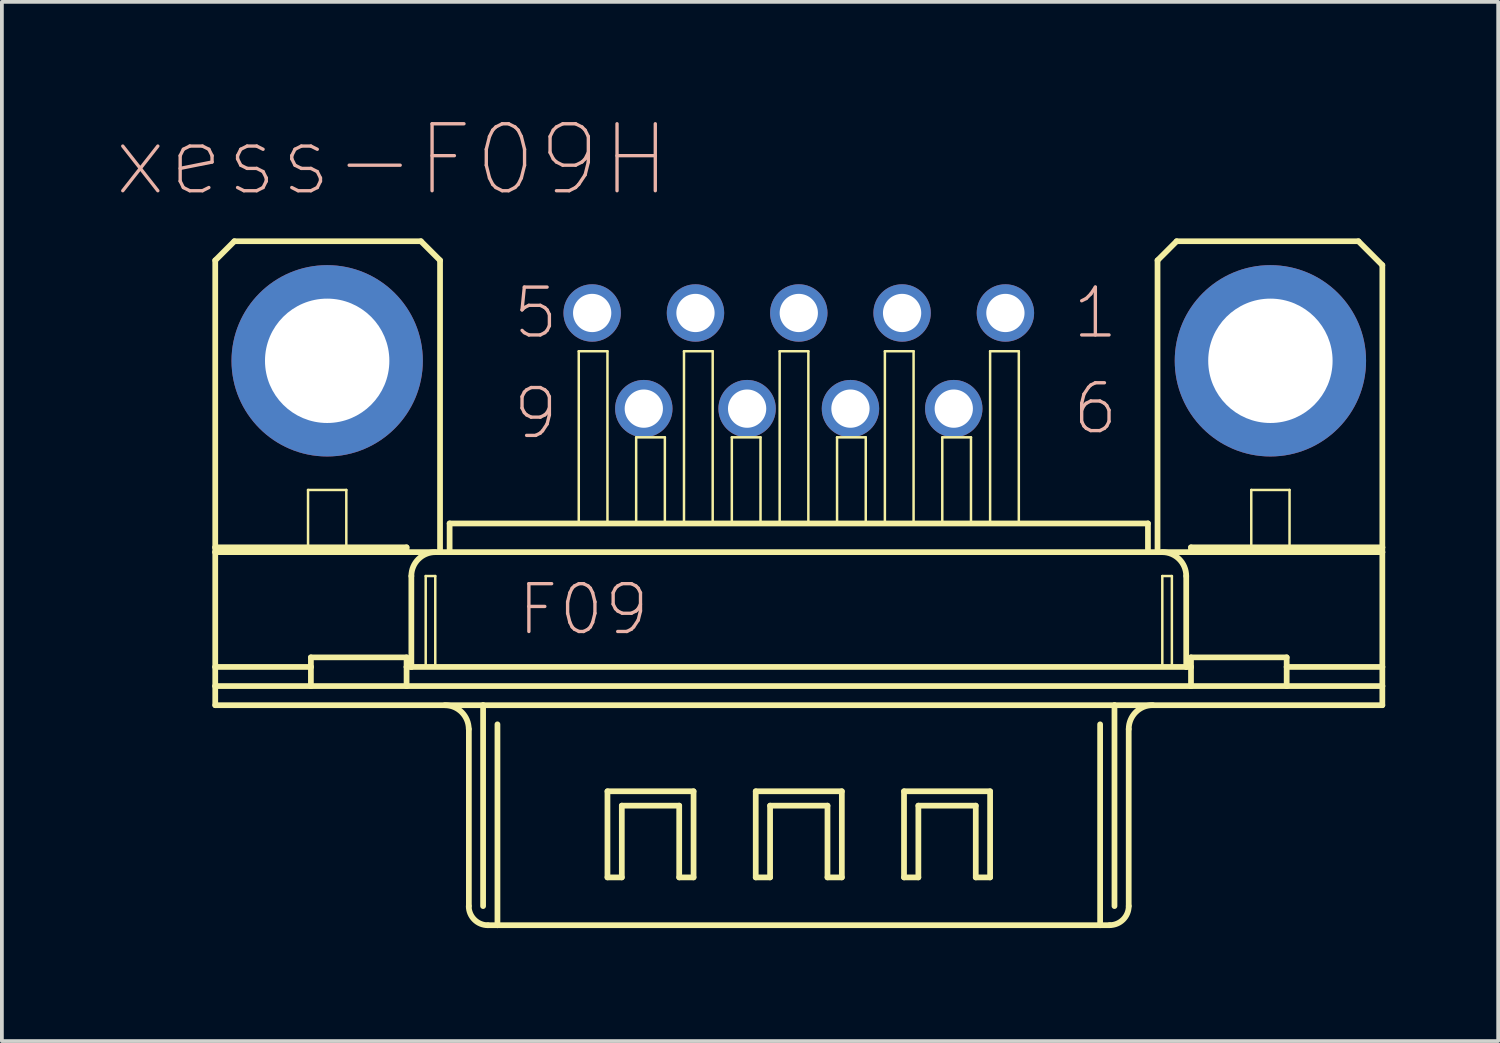
<source format=kicad_pcb>
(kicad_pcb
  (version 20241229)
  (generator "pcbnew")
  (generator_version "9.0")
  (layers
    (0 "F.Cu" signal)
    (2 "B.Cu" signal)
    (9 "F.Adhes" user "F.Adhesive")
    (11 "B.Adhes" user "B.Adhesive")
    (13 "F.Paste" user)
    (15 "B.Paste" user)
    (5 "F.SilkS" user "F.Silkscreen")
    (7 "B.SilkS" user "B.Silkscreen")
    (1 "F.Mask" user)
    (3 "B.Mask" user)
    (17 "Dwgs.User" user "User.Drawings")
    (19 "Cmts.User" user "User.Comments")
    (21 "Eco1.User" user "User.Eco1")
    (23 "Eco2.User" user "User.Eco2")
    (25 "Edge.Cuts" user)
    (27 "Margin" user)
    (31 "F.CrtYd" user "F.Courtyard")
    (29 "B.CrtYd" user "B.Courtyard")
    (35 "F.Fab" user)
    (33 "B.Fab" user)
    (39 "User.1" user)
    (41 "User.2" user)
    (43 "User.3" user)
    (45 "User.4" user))
  (footprint "xess-F09H"
    (layer "F.Cu")
    (at 18.159 14.15)
    (property "Reference" "xess-F09H" (at -10.795 -12.954 0) (layer "B.SilkS") (effects (font (size 1.778 1.778) (thickness 0.089))))
    (attr exclude_from_pos_files exclude_from_bom)
    (fp_line (start -15.494 -10.287) (end -15.494 -2.667) (stroke (width 0.152) (type solid)) (layer "F.SilkS"))
    (fp_line (start -15.494 -2.54) (end -15.494 -2.667) (stroke (width 0.152) (type solid)) (layer "F.SilkS"))
    (fp_line (start -15.494 0.508) (end -15.494 -2.54) (stroke (width 0.152) (type solid)) (layer "F.SilkS"))
    (fp_line (start -15.494 1.016) (end -15.494 0.508) (stroke (width 0.152) (type solid)) (layer "F.SilkS"))
    (fp_line (start -15.494 1.016) (end 15.494 1.016) (stroke (width 0.066) (type solid)) (layer "F.SilkS"))
    (fp_line (start -15.494 1.524) (end -15.494 1.016) (stroke (width 0.066) (type solid)) (layer "F.SilkS"))
    (fp_line (start -15.494 1.524) (end -15.494 1.016) (stroke (width 0.152) (type solid)) (layer "F.SilkS"))
    (fp_line (start -15.494 1.524) (end 15.494 1.524) (stroke (width 0.066) (type solid)) (layer "F.SilkS"))
    (fp_line (start -14.986 -10.795) (end -15.494 -10.287) (stroke (width 0.152) (type solid)) (layer "F.SilkS"))
    (fp_line (start -13.03 -4.191) (end -12.014 -4.191) (stroke (width 0.066) (type solid)) (layer "F.SilkS"))
    (fp_line (start -13.03 -2.54) (end -13.03 -4.191) (stroke (width 0.066) (type solid)) (layer "F.SilkS"))
    (fp_line (start -13.03 -2.54) (end -12.014 -2.54) (stroke (width 0.066) (type solid)) (layer "F.SilkS"))
    (fp_line (start -12.954 0.508) (end -15.494 0.508) (stroke (width 0.152) (type solid)) (layer "F.SilkS"))
    (fp_line (start -12.954 0.508) (end -12.954 0.254) (stroke (width 0.152) (type solid)) (layer "F.SilkS"))
    (fp_line (start -12.954 0.508) (end -12.954 1.016) (stroke (width 0.152) (type solid)) (layer "F.SilkS"))
    (fp_line (start -12.954 1.016) (end -15.494 1.016) (stroke (width 0.152) (type solid)) (layer "F.SilkS"))
    (fp_line (start -12.014 -2.54) (end -12.014 -4.191) (stroke (width 0.066) (type solid)) (layer "F.SilkS"))
    (fp_line (start -10.414 -2.667) (end -15.494 -2.667) (stroke (width 0.152) (type solid)) (layer "F.SilkS"))
    (fp_line (start -10.414 -2.667) (end -10.414 -2.54) (stroke (width 0.152) (type solid)) (layer "F.SilkS"))
    (fp_line (start -10.414 -2.54) (end -15.494 -2.54) (stroke (width 0.152) (type solid)) (layer "F.SilkS"))
    (fp_line (start -10.414 0.254) (end -12.954 0.254) (stroke (width 0.152) (type solid)) (layer "F.SilkS"))
    (fp_line (start -10.414 0.254) (end -10.414 0.508) (stroke (width 0.152) (type solid)) (layer "F.SilkS"))
    (fp_line (start -10.414 0.508) (end -10.414 1.016) (stroke (width 0.152) (type solid)) (layer "F.SilkS"))
    (fp_line (start -10.414 1.016) (end -12.954 1.016) (stroke (width 0.152) (type solid)) (layer "F.SilkS"))
    (fp_line (start -10.287 -1.905) (end -10.287 0.508) (stroke (width 0.152) (type solid)) (layer "F.SilkS"))
    (fp_line (start -10.287 0.508) (end -10.414 0.508) (stroke (width 0.152) (type solid)) (layer "F.SilkS"))
    (fp_line (start -10.033 -10.795) (end -14.986 -10.795) (stroke (width 0.152) (type solid)) (layer "F.SilkS"))
    (fp_line (start -9.906 -1.905) (end -9.652 -1.905) (stroke (width 0.066) (type solid)) (layer "F.SilkS"))
    (fp_line (start -9.906 0.508) (end -9.906 -1.905) (stroke (width 0.066) (type solid)) (layer "F.SilkS"))
    (fp_line (start -9.906 0.508) (end -9.652 0.508) (stroke (width 0.066) (type solid)) (layer "F.SilkS"))
    (fp_line (start -9.652 0.508) (end -9.652 -1.905) (stroke (width 0.066) (type solid)) (layer "F.SilkS"))
    (fp_line (start -9.525 -10.287) (end -10.033 -10.795) (stroke (width 0.152) (type solid)) (layer "F.SilkS"))
    (fp_line (start -9.525 -10.287) (end -9.525 -2.54) (stroke (width 0.152) (type solid)) (layer "F.SilkS"))
    (fp_line (start -9.525 -2.54) (end -10.414 -2.54) (stroke (width 0.152) (type solid)) (layer "F.SilkS"))
    (fp_line (start -9.271 -3.302) (end 9.271 -3.302) (stroke (width 0.066) (type solid)) (layer "F.SilkS"))
    (fp_line (start -9.271 -2.54) (end -9.525 -2.54) (stroke (width 0.152) (type solid)) (layer "F.SilkS"))
    (fp_line (start -9.271 -2.54) (end -9.271 -3.302) (stroke (width 0.066) (type solid)) (layer "F.SilkS"))
    (fp_line (start -9.271 -2.54) (end -9.271 -3.302) (stroke (width 0.152) (type solid)) (layer "F.SilkS"))
    (fp_line (start -9.271 -2.54) (end 9.271 -2.54) (stroke (width 0.066) (type solid)) (layer "F.SilkS"))
    (fp_line (start -8.76 2.159) (end -8.76 6.858) (stroke (width 0.152) (type solid)) (layer "F.SilkS"))
    (fp_line (start -8.382 1.524) (end -15.494 1.524) (stroke (width 0.152) (type solid)) (layer "F.SilkS"))
    (fp_line (start -8.382 1.524) (end -8.382 6.858) (stroke (width 0.152) (type solid)) (layer "F.SilkS"))
    (fp_line (start -8.001 2.032) (end -8.001 7.366) (stroke (width 0.152) (type solid)) (layer "F.SilkS"))
    (fp_line (start -8.001 7.366) (end -8.255 7.366) (stroke (width 0.152) (type solid)) (layer "F.SilkS"))
    (fp_line (start -5.842 -7.874) (end -5.08 -7.874) (stroke (width 0.066) (type solid)) (layer "F.SilkS"))
    (fp_line (start -5.842 -3.302) (end -5.842 -7.874) (stroke (width 0.066) (type solid)) (layer "F.SilkS"))
    (fp_line (start -5.842 -3.302) (end -5.08 -3.302) (stroke (width 0.066) (type solid)) (layer "F.SilkS"))
    (fp_line (start -5.08 -3.302) (end -5.08 -7.874) (stroke (width 0.066) (type solid)) (layer "F.SilkS"))
    (fp_line (start -5.08 3.81) (end -2.794 3.81) (stroke (width 0.152) (type solid)) (layer "F.SilkS"))
    (fp_line (start -5.08 6.096) (end -5.08 3.81) (stroke (width 0.152) (type solid)) (layer "F.SilkS"))
    (fp_line (start -4.699 4.191) (end -4.699 6.096) (stroke (width 0.152) (type solid)) (layer "F.SilkS"))
    (fp_line (start -4.699 6.096) (end -5.08 6.096) (stroke (width 0.152) (type solid)) (layer "F.SilkS"))
    (fp_line (start -4.318 -5.588) (end -3.556 -5.588) (stroke (width 0.066) (type solid)) (layer "F.SilkS"))
    (fp_line (start -4.318 -3.302) (end -4.318 -5.588) (stroke (width 0.066) (type solid)) (layer "F.SilkS"))
    (fp_line (start -4.318 -3.302) (end -3.556 -3.302) (stroke (width 0.066) (type solid)) (layer "F.SilkS"))
    (fp_line (start -3.556 -3.302) (end -3.556 -5.588) (stroke (width 0.066) (type solid)) (layer "F.SilkS"))
    (fp_line (start -3.175 4.191) (end -4.699 4.191) (stroke (width 0.152) (type solid)) (layer "F.SilkS"))
    (fp_line (start -3.175 6.096) (end -3.175 4.191) (stroke (width 0.152) (type solid)) (layer "F.SilkS"))
    (fp_line (start -3.048 -7.874) (end -2.286 -7.874) (stroke (width 0.066) (type solid)) (layer "F.SilkS"))
    (fp_line (start -3.048 -3.302) (end -3.048 -7.874) (stroke (width 0.066) (type solid)) (layer "F.SilkS"))
    (fp_line (start -3.048 -3.302) (end -2.286 -3.302) (stroke (width 0.066) (type solid)) (layer "F.SilkS"))
    (fp_line (start -2.794 3.81) (end -2.794 6.096) (stroke (width 0.152) (type solid)) (layer "F.SilkS"))
    (fp_line (start -2.794 6.096) (end -3.175 6.096) (stroke (width 0.152) (type solid)) (layer "F.SilkS"))
    (fp_line (start -2.286 -3.302) (end -2.286 -7.874) (stroke (width 0.066) (type solid)) (layer "F.SilkS"))
    (fp_line (start -1.778 -5.588) (end -1.016 -5.588) (stroke (width 0.066) (type solid)) (layer "F.SilkS"))
    (fp_line (start -1.778 -3.302) (end -1.778 -5.588) (stroke (width 0.066) (type solid)) (layer "F.SilkS"))
    (fp_line (start -1.778 -3.302) (end -1.016 -3.302) (stroke (width 0.066) (type solid)) (layer "F.SilkS"))
    (fp_line (start -1.143 3.81) (end 1.143 3.81) (stroke (width 0.152) (type solid)) (layer "F.SilkS"))
    (fp_line (start -1.143 6.096) (end -1.143 3.81) (stroke (width 0.152) (type solid)) (layer "F.SilkS"))
    (fp_line (start -1.016 -3.302) (end -1.016 -5.588) (stroke (width 0.066) (type solid)) (layer "F.SilkS"))
    (fp_line (start -0.762 4.191) (end -0.762 6.096) (stroke (width 0.152) (type solid)) (layer "F.SilkS"))
    (fp_line (start -0.762 6.096) (end -1.143 6.096) (stroke (width 0.152) (type solid)) (layer "F.SilkS"))
    (fp_line (start -0.508 -7.874) (end 0.254 -7.874) (stroke (width 0.066) (type solid)) (layer "F.SilkS"))
    (fp_line (start -0.508 -3.302) (end -0.508 -7.874) (stroke (width 0.066) (type solid)) (layer "F.SilkS"))
    (fp_line (start -0.508 -3.302) (end 0.254 -3.302) (stroke (width 0.066) (type solid)) (layer "F.SilkS"))
    (fp_line (start 0.254 -3.302) (end 0.254 -7.874) (stroke (width 0.066) (type solid)) (layer "F.SilkS"))
    (fp_line (start 0.762 4.191) (end -0.762 4.191) (stroke (width 0.152) (type solid)) (layer "F.SilkS"))
    (fp_line (start 0.762 6.096) (end 0.762 4.191) (stroke (width 0.152) (type solid)) (layer "F.SilkS"))
    (fp_line (start 1.016 -5.588) (end 1.778 -5.588) (stroke (width 0.066) (type solid)) (layer "F.SilkS"))
    (fp_line (start 1.016 -3.302) (end 1.016 -5.588) (stroke (width 0.066) (type solid)) (layer "F.SilkS"))
    (fp_line (start 1.016 -3.302) (end 1.778 -3.302) (stroke (width 0.066) (type solid)) (layer "F.SilkS"))
    (fp_line (start 1.143 3.81) (end 1.143 6.096) (stroke (width 0.152) (type solid)) (layer "F.SilkS"))
    (fp_line (start 1.143 6.096) (end 0.762 6.096) (stroke (width 0.152) (type solid)) (layer "F.SilkS"))
    (fp_line (start 1.778 -3.302) (end 1.778 -5.588) (stroke (width 0.066) (type solid)) (layer "F.SilkS"))
    (fp_line (start 2.286 -7.874) (end 3.048 -7.874) (stroke (width 0.066) (type solid)) (layer "F.SilkS"))
    (fp_line (start 2.286 -3.302) (end 2.286 -7.874) (stroke (width 0.066) (type solid)) (layer "F.SilkS"))
    (fp_line (start 2.286 -3.302) (end 3.048 -3.302) (stroke (width 0.066) (type solid)) (layer "F.SilkS"))
    (fp_line (start 2.794 3.81) (end 5.08 3.81) (stroke (width 0.152) (type solid)) (layer "F.SilkS"))
    (fp_line (start 2.794 6.096) (end 2.794 3.81) (stroke (width 0.152) (type solid)) (layer "F.SilkS"))
    (fp_line (start 3.048 -3.302) (end 3.048 -7.874) (stroke (width 0.066) (type solid)) (layer "F.SilkS"))
    (fp_line (start 3.175 4.191) (end 3.175 6.096) (stroke (width 0.152) (type solid)) (layer "F.SilkS"))
    (fp_line (start 3.175 6.096) (end 2.794 6.096) (stroke (width 0.152) (type solid)) (layer "F.SilkS"))
    (fp_line (start 3.81 -5.588) (end 4.572 -5.588) (stroke (width 0.066) (type solid)) (layer "F.SilkS"))
    (fp_line (start 3.81 -3.302) (end 3.81 -5.588) (stroke (width 0.066) (type solid)) (layer "F.SilkS"))
    (fp_line (start 3.81 -3.302) (end 4.572 -3.302) (stroke (width 0.066) (type solid)) (layer "F.SilkS"))
    (fp_line (start 4.572 -3.302) (end 4.572 -5.588) (stroke (width 0.066) (type solid)) (layer "F.SilkS"))
    (fp_line (start 4.699 4.191) (end 3.175 4.191) (stroke (width 0.152) (type solid)) (layer "F.SilkS"))
    (fp_line (start 4.699 6.096) (end 4.699 4.191) (stroke (width 0.152) (type solid)) (layer "F.SilkS"))
    (fp_line (start 5.08 -7.874) (end 5.842 -7.874) (stroke (width 0.066) (type solid)) (layer "F.SilkS"))
    (fp_line (start 5.08 -3.302) (end 5.08 -7.874) (stroke (width 0.066) (type solid)) (layer "F.SilkS"))
    (fp_line (start 5.08 -3.302) (end 5.842 -3.302) (stroke (width 0.066) (type solid)) (layer "F.SilkS"))
    (fp_line (start 5.08 3.81) (end 5.08 6.096) (stroke (width 0.152) (type solid)) (layer "F.SilkS"))
    (fp_line (start 5.08 6.096) (end 4.699 6.096) (stroke (width 0.152) (type solid)) (layer "F.SilkS"))
    (fp_line (start 5.842 -3.302) (end 5.842 -7.874) (stroke (width 0.066) (type solid)) (layer "F.SilkS"))
    (fp_line (start 8.001 2.032) (end 8.001 7.366) (stroke (width 0.152) (type solid)) (layer "F.SilkS"))
    (fp_line (start 8.001 7.366) (end -8.001 7.366) (stroke (width 0.152) (type solid)) (layer "F.SilkS"))
    (fp_line (start 8.255 7.366) (end 8.001 7.366) (stroke (width 0.152) (type solid)) (layer "F.SilkS"))
    (fp_line (start 8.382 1.524) (end -8.382 1.524) (stroke (width 0.152) (type solid)) (layer "F.SilkS"))
    (fp_line (start 8.382 1.524) (end 8.382 6.858) (stroke (width 0.152) (type solid)) (layer "F.SilkS"))
    (fp_line (start 8.76 2.159) (end 8.76 6.858) (stroke (width 0.152) (type solid)) (layer "F.SilkS"))
    (fp_line (start 9.271 -3.302) (end -9.271 -3.302) (stroke (width 0.152) (type solid)) (layer "F.SilkS"))
    (fp_line (start 9.271 -2.54) (end -9.271 -2.54) (stroke (width 0.152) (type solid)) (layer "F.SilkS"))
    (fp_line (start 9.271 -2.54) (end 9.271 -3.302) (stroke (width 0.066) (type solid)) (layer "F.SilkS"))
    (fp_line (start 9.271 -2.54) (end 9.271 -3.302) (stroke (width 0.152) (type solid)) (layer "F.SilkS"))
    (fp_line (start 9.525 -10.287) (end 9.525 -2.54) (stroke (width 0.152) (type solid)) (layer "F.SilkS"))
    (fp_line (start 9.525 -2.54) (end 9.271 -2.54) (stroke (width 0.152) (type solid)) (layer "F.SilkS"))
    (fp_line (start 9.652 -1.905) (end 9.906 -1.905) (stroke (width 0.066) (type solid)) (layer "F.SilkS"))
    (fp_line (start 9.652 0.508) (end 9.652 -1.905) (stroke (width 0.066) (type solid)) (layer "F.SilkS"))
    (fp_line (start 9.652 0.508) (end 9.906 0.508) (stroke (width 0.066) (type solid)) (layer "F.SilkS"))
    (fp_line (start 9.906 0.508) (end 9.906 -1.905) (stroke (width 0.066) (type solid)) (layer "F.SilkS"))
    (fp_line (start 10.033 -10.795) (end 9.525 -10.287) (stroke (width 0.152) (type solid)) (layer "F.SilkS"))
    (fp_line (start 10.033 -10.795) (end 14.859 -10.795) (stroke (width 0.152) (type solid)) (layer "F.SilkS"))
    (fp_line (start 10.287 -1.905) (end 10.287 0.508) (stroke (width 0.152) (type solid)) (layer "F.SilkS"))
    (fp_line (start 10.287 0.508) (end -10.287 0.508) (stroke (width 0.152) (type solid)) (layer "F.SilkS"))
    (fp_line (start 10.414 -2.667) (end 10.414 -2.54) (stroke (width 0.152) (type solid)) (layer "F.SilkS"))
    (fp_line (start 10.414 -2.54) (end 9.525 -2.54) (stroke (width 0.152) (type solid)) (layer "F.SilkS"))
    (fp_line (start 10.414 0.254) (end 10.414 0.508) (stroke (width 0.152) (type solid)) (layer "F.SilkS"))
    (fp_line (start 10.414 0.508) (end 10.287 0.508) (stroke (width 0.152) (type solid)) (layer "F.SilkS"))
    (fp_line (start 10.414 0.508) (end 10.414 1.016) (stroke (width 0.152) (type solid)) (layer "F.SilkS"))
    (fp_line (start 10.414 1.016) (end -10.414 1.016) (stroke (width 0.152) (type solid)) (layer "F.SilkS"))
    (fp_line (start 12.014 -4.191) (end 13.03 -4.191) (stroke (width 0.066) (type solid)) (layer "F.SilkS"))
    (fp_line (start 12.014 -2.54) (end 12.014 -4.191) (stroke (width 0.066) (type solid)) (layer "F.SilkS"))
    (fp_line (start 12.014 -2.54) (end 13.03 -2.54) (stroke (width 0.066) (type solid)) (layer "F.SilkS"))
    (fp_line (start 12.954 0.254) (end 10.414 0.254) (stroke (width 0.152) (type solid)) (layer "F.SilkS"))
    (fp_line (start 12.954 0.508) (end 12.954 0.254) (stroke (width 0.152) (type solid)) (layer "F.SilkS"))
    (fp_line (start 12.954 0.508) (end 12.954 1.016) (stroke (width 0.152) (type solid)) (layer "F.SilkS"))
    (fp_line (start 12.954 1.016) (end 10.414 1.016) (stroke (width 0.152) (type solid)) (layer "F.SilkS"))
    (fp_line (start 13.03 -2.54) (end 13.03 -4.191) (stroke (width 0.066) (type solid)) (layer "F.SilkS"))
    (fp_line (start 14.859 -10.795) (end 15.494 -10.16) (stroke (width 0.152) (type solid)) (layer "F.SilkS"))
    (fp_line (start 15.494 -10.16) (end 15.494 -2.667) (stroke (width 0.152) (type solid)) (layer "F.SilkS"))
    (fp_line (start 15.494 -2.667) (end 10.414 -2.667) (stroke (width 0.152) (type solid)) (layer "F.SilkS"))
    (fp_line (start 15.494 -2.54) (end 10.414 -2.54) (stroke (width 0.152) (type solid)) (layer "F.SilkS"))
    (fp_line (start 15.494 -2.54) (end 15.494 -2.667) (stroke (width 0.152) (type solid)) (layer "F.SilkS"))
    (fp_line (start 15.494 -2.54) (end 15.494 0.508) (stroke (width 0.152) (type solid)) (layer "F.SilkS"))
    (fp_line (start 15.494 0.508) (end 12.954 0.508) (stroke (width 0.152) (type solid)) (layer "F.SilkS"))
    (fp_line (start 15.494 0.508) (end 15.494 1.016) (stroke (width 0.152) (type solid)) (layer "F.SilkS"))
    (fp_line (start 15.494 1.016) (end 12.954 1.016) (stroke (width 0.152) (type solid)) (layer "F.SilkS"))
    (fp_line (start 15.494 1.016) (end 15.494 1.524) (stroke (width 0.152) (type solid)) (layer "F.SilkS"))
    (fp_line (start 15.494 1.524) (end 8.382 1.524) (stroke (width 0.152) (type solid)) (layer "F.SilkS"))
    (fp_line (start 15.494 1.524) (end 15.494 1.016) (stroke (width 0.066) (type solid)) (layer "F.SilkS"))
    (fp_arc (start -10.287 -1.905) (mid -10.101013 -2.354013) (end -9.652 -2.54) (stroke (width 0.1524) (type solid)) (layer "F.SilkS"))
    (fp_arc (start -9.398 1.524) (mid -8.948987 1.709987) (end -8.763 2.159) (stroke (width 0.1524) (type solid)) (layer "F.SilkS"))
    (fp_arc (start -8.255 7.366) (mid -8.61421 7.21721) (end -8.763 6.858) (stroke (width 0.1524) (type solid)) (layer "F.SilkS"))
    (fp_arc (start 8.76046 2.159) (mid 8.947191 1.708191) (end 9.398 1.52146) (stroke (width 0.1524) (type solid)) (layer "F.SilkS"))
    (fp_arc (start 8.76046 6.858) (mid 8.612414 7.215414) (end 8.255 7.36346) (stroke (width 0.1524) (type solid)) (layer "F.SilkS"))
    (fp_arc (start 9.652 -2.54) (mid 10.101013 -2.354013) (end 10.287 -1.905) (stroke (width 0.1524) (type solid)) (layer "F.SilkS"))
    (fp_circle (center -12.522 -7.62) (end -13.348 -8.445) (stroke (width 0.076) (type solid)) (fill no) (layer "F.SilkS"))
    (fp_circle (center 12.522 -7.62) (end 13.348 -8.445) (stroke (width 0.076) (type solid)) (fill no) (layer "F.SilkS"))
    (fp_text user "6" (at 7.874 -6.35 0) (layer "B.SilkS") (effects (font (size 1.27 1.27) (thickness 0.089))))
    (fp_text user "F09" (at -5.715 -1.016 0) (layer "B.SilkS") (effects (font (size 1.27 1.27) (thickness 0.089))))
    (fp_text user "9" (at -6.985 -6.223 0) (layer "B.SilkS") (effects (font (size 1.27 1.27) (thickness 0.089))))
    (fp_text user "5" (at -6.985 -8.89 0) (layer "B.SilkS") (effects (font (size 1.27 1.27) (thickness 0.089))))
    (fp_text user "1" (at 7.874 -8.89 0) (layer "B.SilkS") (effects (font (size 1.27 1.27) (thickness 0.089))))
    (pad "1" thru_hole circle (at 5.486 -8.89) (size 1.524 1.524) (drill 1.016) (layers "*.Cu" "*.Mask"))
    (pad "2" thru_hole circle (at 2.743 -8.89) (size 1.524 1.524) (drill 1.016) (layers "*.Cu" "*.Mask"))
    (pad "3" thru_hole circle (at 0 -8.89) (size 1.524 1.524) (drill 1.016) (layers "*.Cu" "*.Mask"))
    (pad "4" thru_hole circle (at -2.743 -8.89) (size 1.524 1.524) (drill 1.016) (layers "*.Cu" "*.Mask"))
    (pad "5" thru_hole circle (at -5.486 -8.89) (size 1.524 1.524) (drill 1.016) (layers "*.Cu" "*.Mask"))
    (pad "6" thru_hole circle (at 4.115 -6.35) (size 1.524 1.524) (drill 1.016) (layers "*.Cu" "*.Mask"))
    (pad "7" thru_hole circle (at 1.372 -6.35) (size 1.524 1.524) (drill 1.016) (layers "*.Cu" "*.Mask"))
    (pad "8" thru_hole circle (at -1.372 -6.35) (size 1.524 1.524) (drill 1.016) (layers "*.Cu" "*.Mask"))
    (pad "9" thru_hole circle (at -4.115 -6.35) (size 1.524 1.524) (drill 1.016) (layers "*.Cu" "*.Mask"))
    (pad "G1" thru_hole circle (at -12.522 -7.62) (size 5.08 5.08) (drill 3.302) (layers "*.Cu" "*.Mask"))
    (pad "G2" thru_hole circle (at 12.522 -7.62) (size 5.08 5.08) (drill 3.302) (layers "*.Cu" "*.Mask")))
  (gr_rect
    (start -3 -3)
    (end 36.729 24.592)
    (stroke (width 0.1) (type default))
    (fill no)
    (layer "Edge.Cuts")))
</source>
